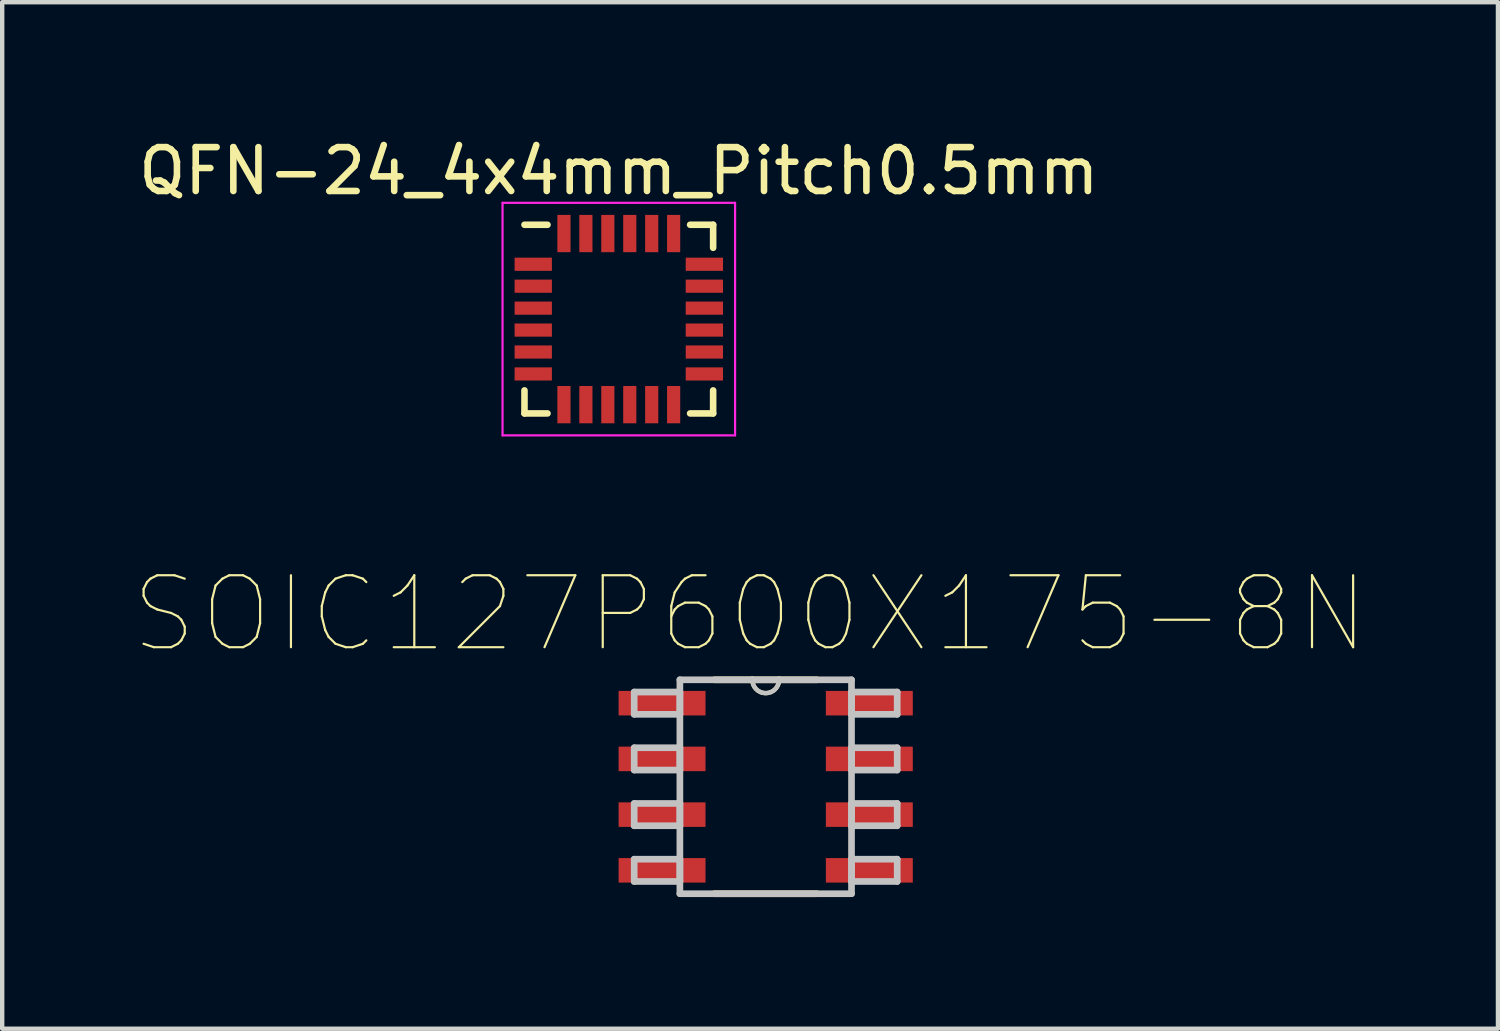
<source format=kicad_pcb>
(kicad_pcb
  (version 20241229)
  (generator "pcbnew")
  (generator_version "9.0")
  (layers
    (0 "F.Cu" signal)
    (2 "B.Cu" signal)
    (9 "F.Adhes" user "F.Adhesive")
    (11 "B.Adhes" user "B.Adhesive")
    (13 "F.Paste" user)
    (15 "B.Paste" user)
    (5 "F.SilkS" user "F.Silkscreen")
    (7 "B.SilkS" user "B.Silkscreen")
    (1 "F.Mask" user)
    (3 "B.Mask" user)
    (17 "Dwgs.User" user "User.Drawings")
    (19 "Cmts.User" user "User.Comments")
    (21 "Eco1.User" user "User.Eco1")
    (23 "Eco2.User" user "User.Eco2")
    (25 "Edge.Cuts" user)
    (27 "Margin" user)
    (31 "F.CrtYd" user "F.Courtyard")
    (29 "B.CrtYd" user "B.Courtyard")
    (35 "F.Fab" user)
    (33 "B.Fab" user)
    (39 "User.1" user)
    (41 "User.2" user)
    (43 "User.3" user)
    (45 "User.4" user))
  (footprint "QFN-24_4x4mm_Pitch0.5mm"
    (layer "F.Cu")
    (at 11.054 4.223)
    (property "Reference" "QFN-24_4x4mm_Pitch0.5mm" (at 0 -3.375 0) (layer "F.SilkS") (effects (font (size 1 1) (thickness 0.15))))
    (attr smd)
    (fp_line (start -2.15 -2.15) (end -1.625 -2.15) (stroke (width 0.15) (type solid)) (layer "F.SilkS"))
    (fp_line (start -2.15 2.15) (end -2.15 1.625) (stroke (width 0.15) (type solid)) (layer "F.SilkS"))
    (fp_line (start -2.15 2.15) (end -1.625 2.15) (stroke (width 0.15) (type solid)) (layer "F.SilkS"))
    (fp_line (start 2.15 -2.15) (end 1.625 -2.15) (stroke (width 0.15) (type solid)) (layer "F.SilkS"))
    (fp_line (start 2.15 -2.15) (end 2.15 -1.625) (stroke (width 0.15) (type solid)) (layer "F.SilkS"))
    (fp_line (start 2.15 2.15) (end 1.625 2.15) (stroke (width 0.15) (type solid)) (layer "F.SilkS"))
    (fp_line (start 2.15 2.15) (end 2.15 1.625) (stroke (width 0.15) (type solid)) (layer "F.SilkS"))
    (fp_line (start -2.65 -2.65) (end -2.65 2.65) (stroke (width 0.05) (type solid)) (layer "F.CrtYd"))
    (fp_line (start -2.65 -2.65) (end 2.65 -2.65) (stroke (width 0.05) (type solid)) (layer "F.CrtYd"))
    (fp_line (start -2.65 2.65) (end 2.65 2.65) (stroke (width 0.05) (type solid)) (layer "F.CrtYd"))
    (fp_line (start 2.65 -2.65) (end 2.65 2.65) (stroke (width 0.05) (type solid)) (layer "F.CrtYd"))
    (pad "1" smd rect (at -1.95 -1.25) (size 0.85 0.3) (layers "F.Cu" "F.Mask" "F.Paste"))
    (pad "2" smd rect (at -1.95 -0.75) (size 0.85 0.3) (layers "F.Cu" "F.Mask" "F.Paste"))
    (pad "3" smd rect (at -1.95 -0.25) (size 0.85 0.3) (layers "F.Cu" "F.Mask" "F.Paste"))
    (pad "4" smd rect (at -1.95 0.25) (size 0.85 0.3) (layers "F.Cu" "F.Mask" "F.Paste"))
    (pad "5" smd rect (at -1.95 0.75) (size 0.85 0.3) (layers "F.Cu" "F.Mask" "F.Paste"))
    (pad "6" smd rect (at -1.95 1.25) (size 0.85 0.3) (layers "F.Cu" "F.Mask" "F.Paste"))
    (pad "7" smd rect (at -1.25 1.95 90) (size 0.85 0.3) (layers "F.Cu" "F.Mask" "F.Paste"))
    (pad "8" smd rect (at -0.75 1.95 90) (size 0.85 0.3) (layers "F.Cu" "F.Mask" "F.Paste"))
    (pad "9" smd rect (at -0.25 1.95 90) (size 0.85 0.3) (layers "F.Cu" "F.Mask" "F.Paste"))
    (pad "10" smd rect (at 0.25 1.95 90) (size 0.85 0.3) (layers "F.Cu" "F.Mask" "F.Paste"))
    (pad "11" smd rect (at 0.75 1.95 90) (size 0.85 0.3) (layers "F.Cu" "F.Mask" "F.Paste"))
    (pad "12" smd rect (at 1.25 1.95 90) (size 0.85 0.3) (layers "F.Cu" "F.Mask" "F.Paste"))
    (pad "13" smd rect (at 1.95 1.25) (size 0.85 0.3) (layers "F.Cu" "F.Mask" "F.Paste"))
    (pad "14" smd rect (at 1.95 0.75) (size 0.85 0.3) (layers "F.Cu" "F.Mask" "F.Paste"))
    (pad "15" smd rect (at 1.95 0.25) (size 0.85 0.3) (layers "F.Cu" "F.Mask" "F.Paste"))
    (pad "16" smd rect (at 1.95 -0.25) (size 0.85 0.3) (layers "F.Cu" "F.Mask" "F.Paste"))
    (pad "17" smd rect (at 1.95 -0.75) (size 0.85 0.3) (layers "F.Cu" "F.Mask" "F.Paste"))
    (pad "18" smd rect (at 1.95 -1.25) (size 0.85 0.3) (layers "F.Cu" "F.Mask" "F.Paste"))
    (pad "19" smd rect (at 1.25 -1.95 90) (size 0.85 0.3) (layers "F.Cu" "F.Mask" "F.Paste"))
    (pad "20" smd rect (at 0.75 -1.95 90) (size 0.85 0.3) (layers "F.Cu" "F.Mask" "F.Paste"))
    (pad "21" smd rect (at 0.25 -1.95 90) (size 0.85 0.3) (layers "F.Cu" "F.Mask" "F.Paste"))
    (pad "22" smd rect (at -0.25 -1.95 90) (size 0.85 0.3) (layers "F.Cu" "F.Mask" "F.Paste"))
    (pad "23" smd rect (at -0.75 -1.95 90) (size 0.85 0.3) (layers "F.Cu" "F.Mask" "F.Paste"))
    (pad "24" smd rect (at -1.25 -1.95 90) (size 0.85 0.3) (layers "F.Cu" "F.Mask" "F.Paste")))
  (footprint "SOIC127P600X175-8N"
    (layer "F.Cu")
    (at 14.402 14.882)
    (property "Reference" "SOIC127P600X175-8N" (at -0.356 -3.937 0) (layer "F.SilkS") (effects (font (size 1.64 1.64) (thickness 0.05))))
    (attr smd)
    (fp_line (start -1.168 2.438) (end 1.168 2.438) (stroke (width 0.152) (type solid)) (layer "F.SilkS"))
    (fp_line (start -0.305 -2.438) (end -1.168 -2.438) (stroke (width 0.152) (type solid)) (layer "F.SilkS"))
    (fp_line (start 0.305 -2.438) (end -0.305 -2.438) (stroke (width 0.152) (type solid)) (layer "F.SilkS"))
    (fp_line (start 1.168 -2.438) (end 0.305 -2.438) (stroke (width 0.152) (type solid)) (layer "F.SilkS"))
    (fp_arc (start 0.3048 -2.4384) (mid 0 -2.1336) (end -0.3048 -2.4384) (stroke (width 0.1) (type solid)) (layer "F.SilkS"))
    (fp_line (start -2.997 -2.159) (end -2.997 -1.651) (stroke (width 0.152) (type solid)) (layer "Dwgs.User"))
    (fp_line (start -2.997 -1.651) (end -1.956 -1.651) (stroke (width 0.152) (type solid)) (layer "Dwgs.User"))
    (fp_line (start -2.997 -0.889) (end -2.997 -0.381) (stroke (width 0.152) (type solid)) (layer "Dwgs.User"))
    (fp_line (start -2.997 -0.381) (end -1.956 -0.381) (stroke (width 0.152) (type solid)) (layer "Dwgs.User"))
    (fp_line (start -2.997 0.381) (end -2.997 0.889) (stroke (width 0.152) (type solid)) (layer "Dwgs.User"))
    (fp_line (start -2.997 0.889) (end -1.956 0.889) (stroke (width 0.152) (type solid)) (layer "Dwgs.User"))
    (fp_line (start -2.997 1.651) (end -2.997 2.159) (stroke (width 0.152) (type solid)) (layer "Dwgs.User"))
    (fp_line (start -2.997 2.159) (end -1.956 2.159) (stroke (width 0.152) (type solid)) (layer "Dwgs.User"))
    (fp_line (start -1.956 -2.438) (end -1.956 2.438) (stroke (width 0.152) (type solid)) (layer "Dwgs.User"))
    (fp_line (start -1.956 -2.159) (end -2.997 -2.159) (stroke (width 0.152) (type solid)) (layer "Dwgs.User"))
    (fp_line (start -1.956 -1.651) (end -1.956 -2.159) (stroke (width 0.152) (type solid)) (layer "Dwgs.User"))
    (fp_line (start -1.956 -0.889) (end -2.997 -0.889) (stroke (width 0.152) (type solid)) (layer "Dwgs.User"))
    (fp_line (start -1.956 -0.381) (end -1.956 -0.889) (stroke (width 0.152) (type solid)) (layer "Dwgs.User"))
    (fp_line (start -1.956 0.381) (end -2.997 0.381) (stroke (width 0.152) (type solid)) (layer "Dwgs.User"))
    (fp_line (start -1.956 0.889) (end -1.956 0.381) (stroke (width 0.152) (type solid)) (layer "Dwgs.User"))
    (fp_line (start -1.956 1.651) (end -2.997 1.651) (stroke (width 0.152) (type solid)) (layer "Dwgs.User"))
    (fp_line (start -1.956 2.159) (end -1.956 1.651) (stroke (width 0.152) (type solid)) (layer "Dwgs.User"))
    (fp_line (start -1.956 2.438) (end 1.956 2.438) (stroke (width 0.152) (type solid)) (layer "Dwgs.User"))
    (fp_line (start -0.305 -2.438) (end -1.956 -2.438) (stroke (width 0.152) (type solid)) (layer "Dwgs.User"))
    (fp_line (start 0.305 -2.438) (end -0.305 -2.438) (stroke (width 0.152) (type solid)) (layer "Dwgs.User"))
    (fp_line (start 1.956 -2.438) (end 0.305 -2.438) (stroke (width 0.152) (type solid)) (layer "Dwgs.User"))
    (fp_line (start 1.956 -2.159) (end 1.956 -1.651) (stroke (width 0.152) (type solid)) (layer "Dwgs.User"))
    (fp_line (start 1.956 -1.651) (end 2.997 -1.651) (stroke (width 0.152) (type solid)) (layer "Dwgs.User"))
    (fp_line (start 1.956 -0.889) (end 1.956 -0.381) (stroke (width 0.152) (type solid)) (layer "Dwgs.User"))
    (fp_line (start 1.956 -0.381) (end 2.997 -0.381) (stroke (width 0.152) (type solid)) (layer "Dwgs.User"))
    (fp_line (start 1.956 0.381) (end 1.956 0.889) (stroke (width 0.152) (type solid)) (layer "Dwgs.User"))
    (fp_line (start 1.956 0.889) (end 2.997 0.889) (stroke (width 0.152) (type solid)) (layer "Dwgs.User"))
    (fp_line (start 1.956 1.651) (end 1.956 2.159) (stroke (width 0.152) (type solid)) (layer "Dwgs.User"))
    (fp_line (start 1.956 2.159) (end 2.997 2.159) (stroke (width 0.152) (type solid)) (layer "Dwgs.User"))
    (fp_line (start 1.956 2.438) (end 1.956 -2.438) (stroke (width 0.152) (type solid)) (layer "Dwgs.User"))
    (fp_line (start 2.997 -2.159) (end 1.956 -2.159) (stroke (width 0.152) (type solid)) (layer "Dwgs.User"))
    (fp_line (start 2.997 -1.651) (end 2.997 -2.159) (stroke (width 0.152) (type solid)) (layer "Dwgs.User"))
    (fp_line (start 2.997 -0.889) (end 1.956 -0.889) (stroke (width 0.152) (type solid)) (layer "Dwgs.User"))
    (fp_line (start 2.997 -0.381) (end 2.997 -0.889) (stroke (width 0.152) (type solid)) (layer "Dwgs.User"))
    (fp_line (start 2.997 0.381) (end 1.956 0.381) (stroke (width 0.152) (type solid)) (layer "Dwgs.User"))
    (fp_line (start 2.997 0.889) (end 2.997 0.381) (stroke (width 0.152) (type solid)) (layer "Dwgs.User"))
    (fp_line (start 2.997 1.651) (end 1.956 1.651) (stroke (width 0.152) (type solid)) (layer "Dwgs.User"))
    (fp_line (start 2.997 2.159) (end 2.997 1.651) (stroke (width 0.152) (type solid)) (layer "Dwgs.User"))
    (fp_arc (start 0.3048 -2.4384) (mid 0 -2.1336) (end -0.3048 -2.4384) (stroke (width 0.1) (type solid)) (layer "Dwgs.User"))
    (pad "1" smd rect (at -2.362 -1.905) (size 1.981 0.559) (layers "F.Cu" "F.Mask" "F.Paste"))
    (pad "2" smd rect (at -2.362 -0.635) (size 1.981 0.559) (layers "F.Cu" "F.Mask" "F.Paste"))
    (pad "3" smd rect (at -2.362 0.635) (size 1.981 0.559) (layers "F.Cu" "F.Mask" "F.Paste"))
    (pad "4" smd rect (at -2.362 1.905) (size 1.981 0.559) (layers "F.Cu" "F.Mask" "F.Paste"))
    (pad "5" smd rect (at 2.362 1.905) (size 1.981 0.559) (layers "F.Cu" "F.Mask" "F.Paste"))
    (pad "6" smd rect (at 2.362 0.635) (size 1.981 0.559) (layers "F.Cu" "F.Mask" "F.Paste"))
    (pad "7" smd rect (at 2.362 -0.635) (size 1.981 0.559) (layers "F.Cu" "F.Mask" "F.Paste"))
    (pad "8" smd rect (at 2.362 -1.905) (size 1.981 0.559) (layers "F.Cu" "F.Mask" "F.Paste")))
  (gr_rect
    (start -3 -3)
    (end 31.092 20.397)
    (stroke (width 0.1) (type default))
    (fill no)
    (layer "Edge.Cuts")))
</source>
